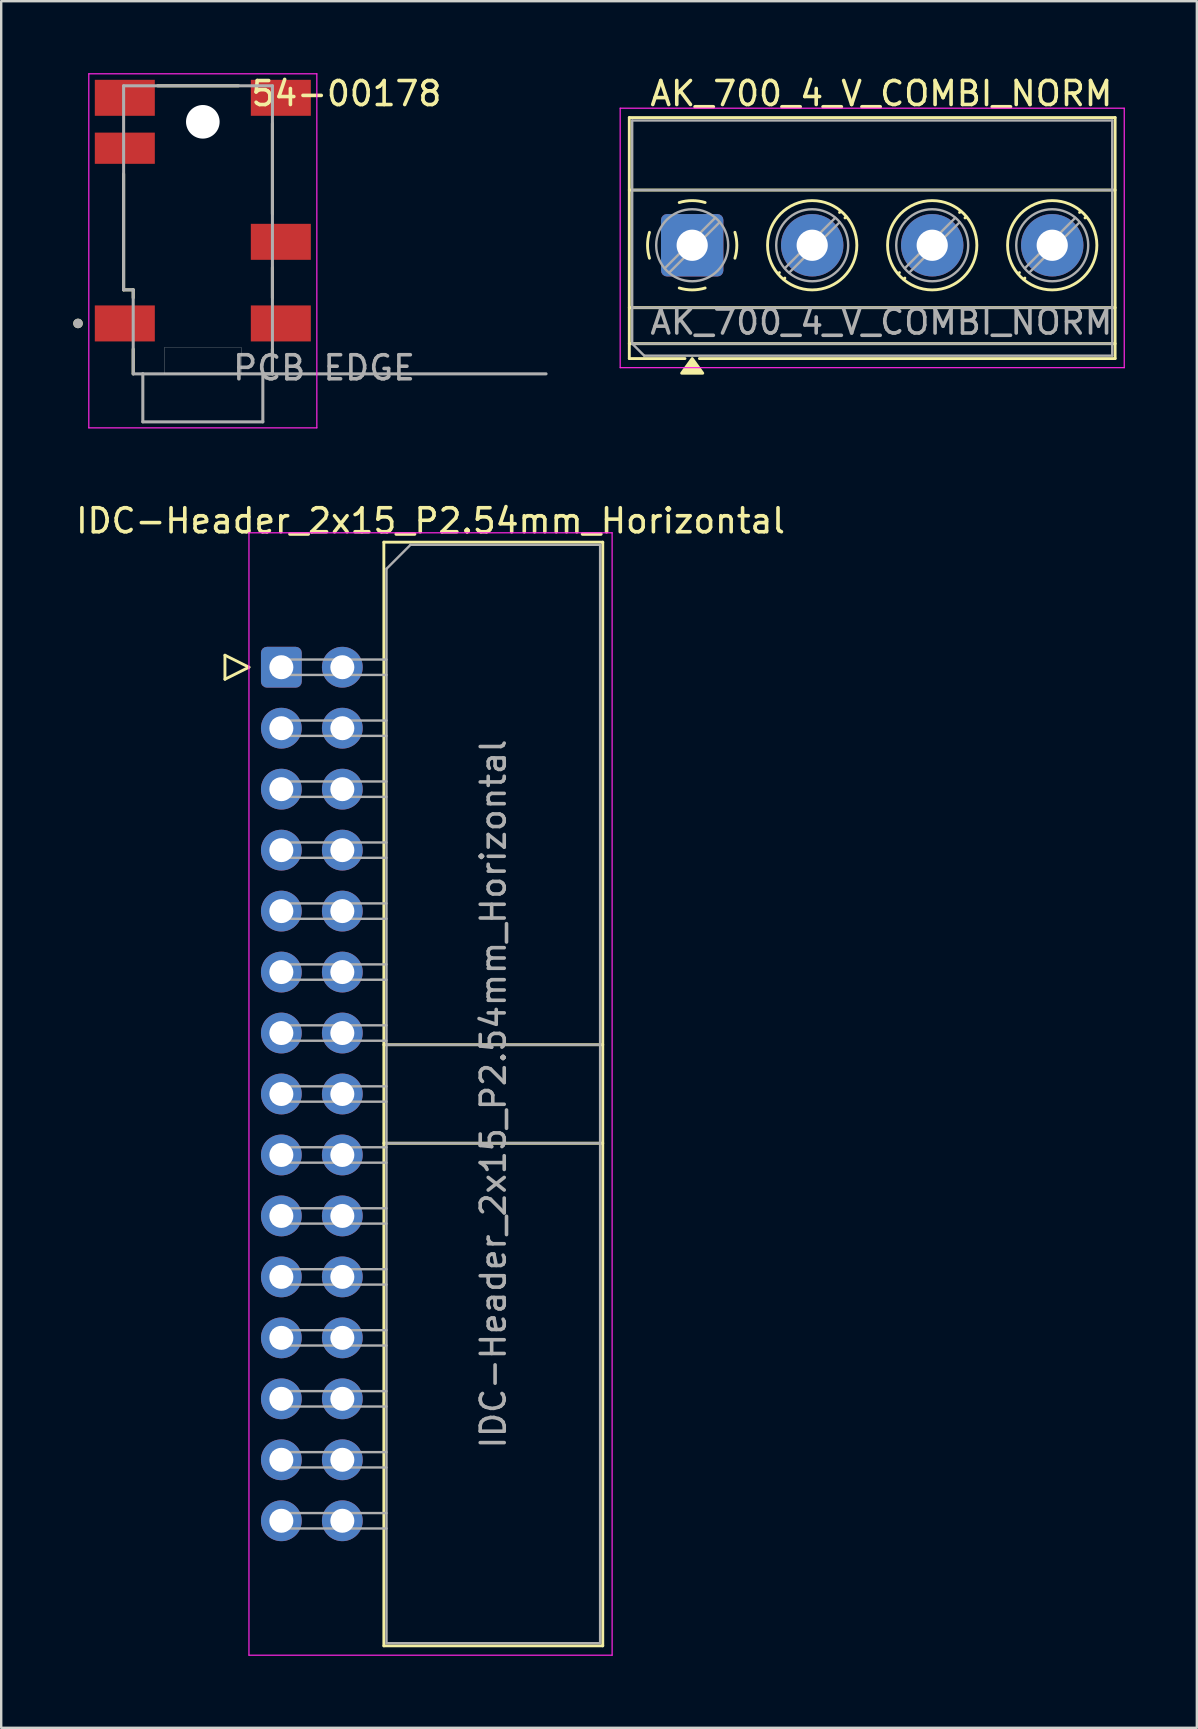
<source format=kicad_pcb>
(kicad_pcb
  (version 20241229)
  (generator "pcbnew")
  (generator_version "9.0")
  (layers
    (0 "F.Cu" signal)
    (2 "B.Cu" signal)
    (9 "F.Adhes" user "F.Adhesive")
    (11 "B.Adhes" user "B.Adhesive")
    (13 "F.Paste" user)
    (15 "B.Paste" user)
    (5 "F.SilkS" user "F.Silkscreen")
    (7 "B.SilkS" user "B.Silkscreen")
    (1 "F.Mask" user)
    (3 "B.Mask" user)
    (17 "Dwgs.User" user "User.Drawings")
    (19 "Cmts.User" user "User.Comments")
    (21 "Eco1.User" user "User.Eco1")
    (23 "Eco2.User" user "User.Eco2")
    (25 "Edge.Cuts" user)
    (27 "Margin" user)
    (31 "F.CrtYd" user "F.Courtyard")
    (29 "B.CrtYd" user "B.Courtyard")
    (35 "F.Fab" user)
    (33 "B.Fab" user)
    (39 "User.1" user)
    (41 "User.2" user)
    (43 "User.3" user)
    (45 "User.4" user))
  (footprint " AK_700_4_V_COMBI_NORM"
    (layer "F.Cu")
    (at 25.788 7.168)
    (property "Reference" " AK_700_4_V_COMBI_NORM" (at 7.5 -6.32 0) (layer "F.SilkS") (effects (font (size 1 1) (thickness 0.15))))
    (attr through_hole)
    (fp_line (start -2.62 -5.32) (end -2.62 4.72) (stroke (width 0.12) (type solid)) (layer "F.SilkS"))
    (fp_line (start -2.62 -5.32) (end 17.62 -5.32) (stroke (width 0.12) (type solid)) (layer "F.SilkS"))
    (fp_line (start -2.62 -2.3) (end 17.62 -2.3) (stroke (width 0.12) (type solid)) (layer "F.SilkS"))
    (fp_line (start -2.62 2.6) (end 17.62 2.6) (stroke (width 0.12) (type solid)) (layer "F.SilkS"))
    (fp_line (start -2.62 4.1) (end 17.62 4.1) (stroke (width 0.12) (type solid)) (layer "F.SilkS"))
    (fp_line (start -2.62 4.72) (end -0.3 4.72) (stroke (width 0.12) (type solid)) (layer "F.SilkS"))
    (fp_line (start 0.3 4.72) (end 17.62 4.72) (stroke (width 0.12) (type solid)) (layer "F.SilkS"))
    (fp_line (start 3.633 1.14) (end 3.589 1.183) (stroke (width 0.12) (type solid)) (layer "F.SilkS"))
    (fp_line (start 3.86 1.367) (end 3.816 1.41) (stroke (width 0.12) (type solid)) (layer "F.SilkS"))
    (fp_line (start 6.184 -1.411) (end 6.14 -1.367) (stroke (width 0.12) (type solid)) (layer "F.SilkS"))
    (fp_line (start 6.411 -1.184) (end 6.367 -1.14) (stroke (width 0.12) (type solid)) (layer "F.SilkS"))
    (fp_line (start 8.633 1.14) (end 8.589 1.183) (stroke (width 0.12) (type solid)) (layer "F.SilkS"))
    (fp_line (start 8.86 1.367) (end 8.816 1.41) (stroke (width 0.12) (type solid)) (layer "F.SilkS"))
    (fp_line (start 11.184 -1.411) (end 11.14 -1.367) (stroke (width 0.12) (type solid)) (layer "F.SilkS"))
    (fp_line (start 11.411 -1.184) (end 11.367 -1.14) (stroke (width 0.12) (type solid)) (layer "F.SilkS"))
    (fp_line (start 13.633 1.14) (end 13.589 1.183) (stroke (width 0.12) (type solid)) (layer "F.SilkS"))
    (fp_line (start 13.86 1.367) (end 13.816 1.41) (stroke (width 0.12) (type solid)) (layer "F.SilkS"))
    (fp_line (start 16.184 -1.411) (end 16.14 -1.367) (stroke (width 0.12) (type solid)) (layer "F.SilkS"))
    (fp_line (start 16.411 -1.184) (end 16.367 -1.14) (stroke (width 0.12) (type solid)) (layer "F.SilkS"))
    (fp_line (start 17.62 -5.32) (end 17.62 4.72) (stroke (width 0.12) (type solid)) (layer "F.SilkS"))
    (fp_arc (start -1.78 0.54) (mid -1.860107 0.000355) (end -1.780206 -0.539321) (stroke (width 0.12) (type solid)) (layer "F.SilkS"))
    (fp_arc (start -0.54 -1.78) (mid -0.000355 -1.860107) (end 0.539321 -1.780206) (stroke (width 0.12) (type solid)) (layer "F.SilkS"))
    (fp_arc (start 0.54 1.78) (mid 0.000355 1.860107) (end -0.539321 1.780206) (stroke (width 0.12) (type solid)) (layer "F.SilkS"))
    (fp_arc (start 1.78 -0.54) (mid 1.860107 -0.000355) (end 1.780206 0.539321) (stroke (width 0.12) (type solid)) (layer "F.SilkS"))
    (fp_circle (center 5 0) (end 6.86 0) (stroke (width 0.12) (type solid)) (fill no) (layer "F.SilkS"))
    (fp_circle (center 10 0) (end 11.86 0) (stroke (width 0.12) (type solid)) (fill no) (layer "F.SilkS"))
    (fp_circle (center 15 0) (end 16.86 0) (stroke (width 0.12) (type solid)) (fill no) (layer "F.SilkS"))
    (fp_poly (pts (xy 0 4.72) (xy 0.44 5.33) (xy -0.44 5.33) (xy 0 4.72)) (stroke (width 0.12) (type solid)) (fill yes) (layer "F.SilkS"))
    (fp_line (start -3 -5.71) (end -3 5.1) (stroke (width 0.05) (type solid)) (layer "F.CrtYd"))
    (fp_line (start -3 5.1) (end 18 5.1) (stroke (width 0.05) (type solid)) (layer "F.CrtYd"))
    (fp_line (start 18 -5.71) (end -3 -5.71) (stroke (width 0.05) (type solid)) (layer "F.CrtYd"))
    (fp_line (start 18 5.1) (end 18 -5.71) (stroke (width 0.05) (type solid)) (layer "F.CrtYd"))
    (fp_line (start -2.5 -5.2) (end 17.5 -5.2) (stroke (width 0.1) (type solid)) (layer "F.Fab"))
    (fp_line (start -2.5 -2.3) (end 17.5 -2.3) (stroke (width 0.1) (type solid)) (layer "F.Fab"))
    (fp_line (start -2.5 2.6) (end 17.5 2.6) (stroke (width 0.1) (type solid)) (layer "F.Fab"))
    (fp_line (start -2.5 4.1) (end -2.5 -5.2) (stroke (width 0.1) (type solid)) (layer "F.Fab"))
    (fp_line (start -2.5 4.1) (end 17.5 4.1) (stroke (width 0.1) (type solid)) (layer "F.Fab"))
    (fp_line (start -2 4.6) (end -2.5 4.1) (stroke (width 0.1) (type solid)) (layer "F.Fab"))
    (fp_line (start 0.955 -1.138) (end -1.138 0.954) (stroke (width 0.1) (type solid)) (layer "F.Fab"))
    (fp_line (start 1.138 -0.954) (end -0.955 1.137) (stroke (width 0.1) (type solid)) (layer "F.Fab"))
    (fp_line (start 5.955 -1.138) (end 3.862 0.954) (stroke (width 0.1) (type solid)) (layer "F.Fab"))
    (fp_line (start 6.138 -0.954) (end 4.045 1.137) (stroke (width 0.1) (type solid)) (layer "F.Fab"))
    (fp_line (start 10.955 -1.138) (end 8.862 0.954) (stroke (width 0.1) (type solid)) (layer "F.Fab"))
    (fp_line (start 11.138 -0.954) (end 9.045 1.137) (stroke (width 0.1) (type solid)) (layer "F.Fab"))
    (fp_line (start 15.955 -1.138) (end 13.862 0.954) (stroke (width 0.1) (type solid)) (layer "F.Fab"))
    (fp_line (start 16.138 -0.954) (end 14.045 1.137) (stroke (width 0.1) (type solid)) (layer "F.Fab"))
    (fp_line (start 17.5 -5.2) (end 17.5 4.6) (stroke (width 0.1) (type solid)) (layer "F.Fab"))
    (fp_line (start 17.5 4.6) (end -2 4.6) (stroke (width 0.1) (type solid)) (layer "F.Fab"))
    (fp_circle (center 0 0) (end 1.5 0) (stroke (width 0.1) (type solid)) (fill no) (layer "F.Fab"))
    (fp_circle (center 5 0) (end 6.5 0) (stroke (width 0.1) (type solid)) (fill no) (layer "F.Fab"))
    (fp_circle (center 10 0) (end 11.5 0) (stroke (width 0.1) (type solid)) (fill no) (layer "F.Fab"))
    (fp_circle (center 15 0) (end 16.5 0) (stroke (width 0.1) (type solid)) (fill no) (layer "F.Fab"))
    (fp_text user "${REFERENCE}" (at 7.5 3.2 0) (layer "F.Fab") (effects (font (size 1 1) (thickness 0.15))))
    (pad "1" thru_hole roundrect (at 0 0) (size 2.6 2.6) (drill 1.3) (layers "*.Cu" "*.Mask") (roundrect_rratio 0.096))
    (pad "2" thru_hole circle (at 5 0) (size 2.6 2.6) (drill 1.3) (layers "*.Cu" "*.Mask"))
    (pad "3" thru_hole circle (at 10 0) (size 2.6 2.6) (drill 1.3) (layers "*.Cu" "*.Mask"))
    (pad "4" thru_hole circle (at 15 0) (size 2.6 2.6) (drill 1.3) (layers "*.Cu" "*.Mask")))
  (footprint "IDC-Header_2x15_P2.54mm_Horizontal"
    (layer "F.Cu")
    (at 8.672 24.748)
    (property "Reference" "IDC-Header_2x15_P2.54mm_Horizontal" (at 6.215 -6.1 0) (layer "F.SilkS") (effects (font (size 1 1) (thickness 0.15))))
    (attr through_hole)
    (fp_line (start -2.35 -0.5) (end -2.35 0.5) (stroke (width 0.12) (type solid)) (layer "F.SilkS"))
    (fp_line (start -2.35 0.5) (end -1.35 0) (stroke (width 0.12) (type solid)) (layer "F.SilkS"))
    (fp_line (start -1.35 0) (end -2.35 -0.5) (stroke (width 0.12) (type solid)) (layer "F.SilkS"))
    (fp_line (start 4.27 -5.21) (end 13.39 -5.21) (stroke (width 0.12) (type solid)) (layer "F.SilkS"))
    (fp_line (start 4.27 15.73) (end 13.39 15.73) (stroke (width 0.12) (type solid)) (layer "F.SilkS"))
    (fp_line (start 4.27 19.83) (end 13.39 19.83) (stroke (width 0.12) (type solid)) (layer "F.SilkS"))
    (fp_line (start 4.27 40.77) (end 4.27 -5.21) (stroke (width 0.12) (type solid)) (layer "F.SilkS"))
    (fp_line (start 13.39 -5.21) (end 13.39 40.77) (stroke (width 0.12) (type solid)) (layer "F.SilkS"))
    (fp_line (start 13.39 40.77) (end 4.27 40.77) (stroke (width 0.12) (type solid)) (layer "F.SilkS"))
    (fp_line (start -1.35 -5.6) (end -1.35 41.16) (stroke (width 0.05) (type solid)) (layer "F.CrtYd"))
    (fp_line (start -1.35 41.16) (end 13.78 41.16) (stroke (width 0.05) (type solid)) (layer "F.CrtYd"))
    (fp_line (start 13.78 -5.6) (end -1.35 -5.6) (stroke (width 0.05) (type solid)) (layer "F.CrtYd"))
    (fp_line (start 13.78 41.16) (end 13.78 -5.6) (stroke (width 0.05) (type solid)) (layer "F.CrtYd"))
    (fp_line (start -0.32 -0.32) (end -0.32 0.32) (stroke (width 0.1) (type solid)) (layer "F.Fab"))
    (fp_line (start -0.32 0.32) (end 4.38 0.32) (stroke (width 0.1) (type solid)) (layer "F.Fab"))
    (fp_line (start -0.32 2.22) (end -0.32 2.86) (stroke (width 0.1) (type solid)) (layer "F.Fab"))
    (fp_line (start -0.32 2.86) (end 4.38 2.86) (stroke (width 0.1) (type solid)) (layer "F.Fab"))
    (fp_line (start -0.32 4.76) (end -0.32 5.4) (stroke (width 0.1) (type solid)) (layer "F.Fab"))
    (fp_line (start -0.32 5.4) (end 4.38 5.4) (stroke (width 0.1) (type solid)) (layer "F.Fab"))
    (fp_line (start -0.32 7.3) (end -0.32 7.94) (stroke (width 0.1) (type solid)) (layer "F.Fab"))
    (fp_line (start -0.32 7.94) (end 4.38 7.94) (stroke (width 0.1) (type solid)) (layer "F.Fab"))
    (fp_line (start -0.32 9.84) (end -0.32 10.48) (stroke (width 0.1) (type solid)) (layer "F.Fab"))
    (fp_line (start -0.32 10.48) (end 4.38 10.48) (stroke (width 0.1) (type solid)) (layer "F.Fab"))
    (fp_line (start -0.32 12.38) (end -0.32 13.02) (stroke (width 0.1) (type solid)) (layer "F.Fab"))
    (fp_line (start -0.32 13.02) (end 4.38 13.02) (stroke (width 0.1) (type solid)) (layer "F.Fab"))
    (fp_line (start -0.32 14.92) (end -0.32 15.56) (stroke (width 0.1) (type solid)) (layer "F.Fab"))
    (fp_line (start -0.32 15.56) (end 4.38 15.56) (stroke (width 0.1) (type solid)) (layer "F.Fab"))
    (fp_line (start -0.32 17.46) (end -0.32 18.1) (stroke (width 0.1) (type solid)) (layer "F.Fab"))
    (fp_line (start -0.32 18.1) (end 4.38 18.1) (stroke (width 0.1) (type solid)) (layer "F.Fab"))
    (fp_line (start -0.32 20) (end -0.32 20.64) (stroke (width 0.1) (type solid)) (layer "F.Fab"))
    (fp_line (start -0.32 20.64) (end 4.38 20.64) (stroke (width 0.1) (type solid)) (layer "F.Fab"))
    (fp_line (start -0.32 22.54) (end -0.32 23.18) (stroke (width 0.1) (type solid)) (layer "F.Fab"))
    (fp_line (start -0.32 23.18) (end 4.38 23.18) (stroke (width 0.1) (type solid)) (layer "F.Fab"))
    (fp_line (start -0.32 25.08) (end -0.32 25.72) (stroke (width 0.1) (type solid)) (layer "F.Fab"))
    (fp_line (start -0.32 25.72) (end 4.38 25.72) (stroke (width 0.1) (type solid)) (layer "F.Fab"))
    (fp_line (start -0.32 27.62) (end -0.32 28.26) (stroke (width 0.1) (type solid)) (layer "F.Fab"))
    (fp_line (start -0.32 28.26) (end 4.38 28.26) (stroke (width 0.1) (type solid)) (layer "F.Fab"))
    (fp_line (start -0.32 30.16) (end -0.32 30.8) (stroke (width 0.1) (type solid)) (layer "F.Fab"))
    (fp_line (start -0.32 30.8) (end 4.38 30.8) (stroke (width 0.1) (type solid)) (layer "F.Fab"))
    (fp_line (start -0.32 32.7) (end -0.32 33.34) (stroke (width 0.1) (type solid)) (layer "F.Fab"))
    (fp_line (start -0.32 33.34) (end 4.38 33.34) (stroke (width 0.1) (type solid)) (layer "F.Fab"))
    (fp_line (start -0.32 35.24) (end -0.32 35.88) (stroke (width 0.1) (type solid)) (layer "F.Fab"))
    (fp_line (start -0.32 35.88) (end 4.38 35.88) (stroke (width 0.1) (type solid)) (layer "F.Fab"))
    (fp_line (start 4.38 -4.1) (end 5.38 -5.1) (stroke (width 0.1) (type solid)) (layer "F.Fab"))
    (fp_line (start 4.38 -0.32) (end -0.32 -0.32) (stroke (width 0.1) (type solid)) (layer "F.Fab"))
    (fp_line (start 4.38 2.22) (end -0.32 2.22) (stroke (width 0.1) (type solid)) (layer "F.Fab"))
    (fp_line (start 4.38 4.76) (end -0.32 4.76) (stroke (width 0.1) (type solid)) (layer "F.Fab"))
    (fp_line (start 4.38 7.3) (end -0.32 7.3) (stroke (width 0.1) (type solid)) (layer "F.Fab"))
    (fp_line (start 4.38 9.84) (end -0.32 9.84) (stroke (width 0.1) (type solid)) (layer "F.Fab"))
    (fp_line (start 4.38 12.38) (end -0.32 12.38) (stroke (width 0.1) (type solid)) (layer "F.Fab"))
    (fp_line (start 4.38 14.92) (end -0.32 14.92) (stroke (width 0.1) (type solid)) (layer "F.Fab"))
    (fp_line (start 4.38 15.73) (end 13.28 15.73) (stroke (width 0.1) (type solid)) (layer "F.Fab"))
    (fp_line (start 4.38 17.46) (end -0.32 17.46) (stroke (width 0.1) (type solid)) (layer "F.Fab"))
    (fp_line (start 4.38 19.83) (end 13.28 19.83) (stroke (width 0.1) (type solid)) (layer "F.Fab"))
    (fp_line (start 4.38 20) (end -0.32 20) (stroke (width 0.1) (type solid)) (layer "F.Fab"))
    (fp_line (start 4.38 22.54) (end -0.32 22.54) (stroke (width 0.1) (type solid)) (layer "F.Fab"))
    (fp_line (start 4.38 25.08) (end -0.32 25.08) (stroke (width 0.1) (type solid)) (layer "F.Fab"))
    (fp_line (start 4.38 27.62) (end -0.32 27.62) (stroke (width 0.1) (type solid)) (layer "F.Fab"))
    (fp_line (start 4.38 30.16) (end -0.32 30.16) (stroke (width 0.1) (type solid)) (layer "F.Fab"))
    (fp_line (start 4.38 32.7) (end -0.32 32.7) (stroke (width 0.1) (type solid)) (layer "F.Fab"))
    (fp_line (start 4.38 35.24) (end -0.32 35.24) (stroke (width 0.1) (type solid)) (layer "F.Fab"))
    (fp_line (start 4.38 40.66) (end 4.38 -4.1) (stroke (width 0.1) (type solid)) (layer "F.Fab"))
    (fp_line (start 5.38 -5.1) (end 13.28 -5.1) (stroke (width 0.1) (type solid)) (layer "F.Fab"))
    (fp_line (start 13.28 -5.1) (end 13.28 40.66) (stroke (width 0.1) (type solid)) (layer "F.Fab"))
    (fp_line (start 13.28 40.66) (end 4.38 40.66) (stroke (width 0.1) (type solid)) (layer "F.Fab"))
    (fp_text user "${REFERENCE}" (at 8.83 17.78 90) (layer "F.Fab") (effects (font (size 1 1) (thickness 0.15))))
    (pad "1" thru_hole roundrect (at 0 0) (size 1.7 1.7) (drill 1) (layers "*.Cu" "*.Mask") (roundrect_rratio 0.147))
    (pad "2" thru_hole circle (at 2.54 0) (size 1.7 1.7) (drill 1) (layers "*.Cu" "*.Mask"))
    (pad "3" thru_hole circle (at 0 2.54) (size 1.7 1.7) (drill 1) (layers "*.Cu" "*.Mask"))
    (pad "4" thru_hole circle (at 2.54 2.54) (size 1.7 1.7) (drill 1) (layers "*.Cu" "*.Mask"))
    (pad "5" thru_hole circle (at 0 5.08) (size 1.7 1.7) (drill 1) (layers "*.Cu" "*.Mask"))
    (pad "6" thru_hole circle (at 2.54 5.08) (size 1.7 1.7) (drill 1) (layers "*.Cu" "*.Mask"))
    (pad "7" thru_hole circle (at 0 7.62) (size 1.7 1.7) (drill 1) (layers "*.Cu" "*.Mask"))
    (pad "8" thru_hole circle (at 2.54 7.62) (size 1.7 1.7) (drill 1) (layers "*.Cu" "*.Mask"))
    (pad "9" thru_hole circle (at 0 10.16) (size 1.7 1.7) (drill 1) (layers "*.Cu" "*.Mask"))
    (pad "10" thru_hole circle (at 2.54 10.16) (size 1.7 1.7) (drill 1) (layers "*.Cu" "*.Mask"))
    (pad "11" thru_hole circle (at 0 12.7) (size 1.7 1.7) (drill 1) (layers "*.Cu" "*.Mask"))
    (pad "12" thru_hole circle (at 2.54 12.7) (size 1.7 1.7) (drill 1) (layers "*.Cu" "*.Mask"))
    (pad "13" thru_hole circle (at 0 15.24) (size 1.7 1.7) (drill 1) (layers "*.Cu" "*.Mask"))
    (pad "14" thru_hole circle (at 2.54 15.24) (size 1.7 1.7) (drill 1) (layers "*.Cu" "*.Mask"))
    (pad "15" thru_hole circle (at 0 17.78) (size 1.7 1.7) (drill 1) (layers "*.Cu" "*.Mask"))
    (pad "16" thru_hole circle (at 2.54 17.78) (size 1.7 1.7) (drill 1) (layers "*.Cu" "*.Mask"))
    (pad "17" thru_hole circle (at 0 20.32) (size 1.7 1.7) (drill 1) (layers "*.Cu" "*.Mask"))
    (pad "18" thru_hole circle (at 2.54 20.32) (size 1.7 1.7) (drill 1) (layers "*.Cu" "*.Mask"))
    (pad "19" thru_hole circle (at 0 22.86) (size 1.7 1.7) (drill 1) (layers "*.Cu" "*.Mask"))
    (pad "20" thru_hole circle (at 2.54 22.86) (size 1.7 1.7) (drill 1) (layers "*.Cu" "*.Mask"))
    (pad "21" thru_hole circle (at 0 25.4) (size 1.7 1.7) (drill 1) (layers "*.Cu" "*.Mask"))
    (pad "22" thru_hole circle (at 2.54 25.4) (size 1.7 1.7) (drill 1) (layers "*.Cu" "*.Mask"))
    (pad "23" thru_hole circle (at 0 27.94) (size 1.7 1.7) (drill 1) (layers "*.Cu" "*.Mask"))
    (pad "24" thru_hole circle (at 2.54 27.94) (size 1.7 1.7) (drill 1) (layers "*.Cu" "*.Mask"))
    (pad "25" thru_hole circle (at 0 30.48) (size 1.7 1.7) (drill 1) (layers "*.Cu" "*.Mask"))
    (pad "26" thru_hole circle (at 2.54 30.48) (size 1.7 1.7) (drill 1) (layers "*.Cu" "*.Mask"))
    (pad "27" thru_hole circle (at 0 33.02) (size 1.7 1.7) (drill 1) (layers "*.Cu" "*.Mask"))
    (pad "28" thru_hole circle (at 2.54 33.02) (size 1.7 1.7) (drill 1) (layers "*.Cu" "*.Mask"))
    (pad "29" thru_hole circle (at 0 35.56) (size 1.7 1.7) (drill 1) (layers "*.Cu" "*.Mask"))
    (pad "30" thru_hole circle (at 2.54 35.56) (size 1.7 1.7) (drill 1) (layers "*.Cu" "*.Mask")))
  (footprint "54-00178"
    (layer "F.Cu")
    (at 5.2 6.525)
    (property "Reference" "54-00178" (at 6.182 -5.675 0) (layer "F.SilkS") (effects (font (size 1 1) (thickness 0.15))))
    (attr smd)
    (fp_line (start -3.1 -2.33) (end -3.1 2.5) (stroke (width 0.127) (type solid)) (layer "F.SilkS"))
    (fp_line (start -3.1 2.5) (end -2.7 2.5) (stroke (width 0.127) (type solid)) (layer "F.SilkS"))
    (fp_line (start -2.7 2.5) (end -2.7 2.83) (stroke (width 0.127) (type solid)) (layer "F.SilkS"))
    (fp_line (start -2.7 6) (end -2.7 4.97) (stroke (width 0.127) (type solid)) (layer "F.SilkS"))
    (fp_line (start -1.685 -6) (end 1.685 -6) (stroke (width 0.127) (type solid)) (layer "F.SilkS"))
    (fp_line (start 3.1 -0.656) (end 3.1 -4.43) (stroke (width 0.127) (type solid)) (layer "F.SilkS"))
    (fp_line (start 3.1 2.835) (end 3.1 1.57) (stroke (width 0.127) (type solid)) (layer "F.SilkS"))
    (fp_line (start 3.1 6) (end 3.1 4.97) (stroke (width 0.127) (type solid)) (layer "F.SilkS"))
    (fp_circle (center -5 3.9) (end -4.9 3.9) (stroke (width 0.2) (type solid)) (fill no) (layer "F.SilkS"))
    (fp_line (start -1.4 4.9) (end 1.8 4.9) (stroke (width 0.01) (type solid)) (layer "Edge.Cuts"))
    (fp_line (start -1.4 6) (end -1.4 4.9) (stroke (width 0.01) (type solid)) (layer "Edge.Cuts"))
    (fp_line (start 1.8 4.9) (end 1.8 6) (stroke (width 0.01) (type solid)) (layer "Edge.Cuts"))
    (fp_line (start 1.8 6) (end -1.4 6) (stroke (width 0.01) (type solid)) (layer "Edge.Cuts"))
    (fp_line (start -4.55 -6.5) (end -4.55 8.25) (stroke (width 0.05) (type solid)) (layer "F.CrtYd"))
    (fp_line (start -4.55 8.25) (end 4.95 8.25) (stroke (width 0.05) (type solid)) (layer "F.CrtYd"))
    (fp_line (start 4.95 -6.5) (end -4.55 -6.5) (stroke (width 0.05) (type solid)) (layer "F.CrtYd"))
    (fp_line (start 4.95 8.25) (end 4.95 -6.5) (stroke (width 0.05) (type solid)) (layer "F.CrtYd"))
    (fp_line (start -3.1 -6) (end 3.1 -6) (stroke (width 0.127) (type solid)) (layer "F.Fab"))
    (fp_line (start -3.1 2.5) (end -3.1 -6) (stroke (width 0.127) (type solid)) (layer "F.Fab"))
    (fp_line (start -2.7 2.5) (end -3.1 2.5) (stroke (width 0.127) (type solid)) (layer "F.Fab"))
    (fp_line (start -2.7 6) (end -2.7 2.5) (stroke (width 0.127) (type solid)) (layer "F.Fab"))
    (fp_line (start -2.3 6) (end -2.7 6) (stroke (width 0.127) (type solid)) (layer "F.Fab"))
    (fp_line (start -2.3 6) (end 14.5 6) (stroke (width 0.127) (type solid)) (layer "F.Fab"))
    (fp_line (start -2.3 8) (end -2.3 6) (stroke (width 0.127) (type solid)) (layer "F.Fab"))
    (fp_line (start 2.7 6) (end 2.7 8) (stroke (width 0.127) (type solid)) (layer "F.Fab"))
    (fp_line (start 2.7 8) (end -2.3 8) (stroke (width 0.127) (type solid)) (layer "F.Fab"))
    (fp_line (start 3.1 -6) (end 3.1 6) (stroke (width 0.127) (type solid)) (layer "F.Fab"))
    (fp_line (start 3.1 6) (end 2.7 6) (stroke (width 0.127) (type solid)) (layer "F.Fab"))
    (fp_circle (center -5 3.9) (end -4.9 3.9) (stroke (width 0.2) (type solid)) (fill no) (layer "F.Fab"))
    (fp_text user "PCB EDGE" (at 5.25 5.75 0) (layer "F.Fab") (effects (font (size 1 1) (thickness 0.15))))
    (pad "" np_thru_hole circle (at 0.2 -4.5) (size 1.4 1.4) (drill 1.4) (layers "*.Cu" "*.Mask"))
    (pad "1" smd rect (at -3.05 3.9) (size 2.5 1.5) (layers "F.Cu" "F.Mask" "F.Paste"))
    (pad "2" smd rect (at 3.45 3.9) (size 2.5 1.5) (layers "F.Cu" "F.Mask" "F.Paste"))
    (pad "3" smd rect (at 3.45 0.5) (size 2.5 1.5) (layers "F.Cu" "F.Mask" "F.Paste"))
    (pad "4" smd rect (at 3.45 -5.5) (size 2.5 1.5) (layers "F.Cu" "F.Mask" "F.Paste"))
    (pad "5" smd rect (at -3.05 -5.5) (size 2.5 1.5) (layers "F.Cu" "F.Mask" "F.Paste"))
    (pad "6" smd rect (at -3.05 -3.4) (size 2.5 1.3) (layers "F.Cu" "F.Mask" "F.Paste")))
  (gr_rect
    (start -3 -3)
    (end 46.813 68.933)
    (stroke (width 0.1) (type default))
    (fill no)
    (layer "Edge.Cuts")))
</source>
